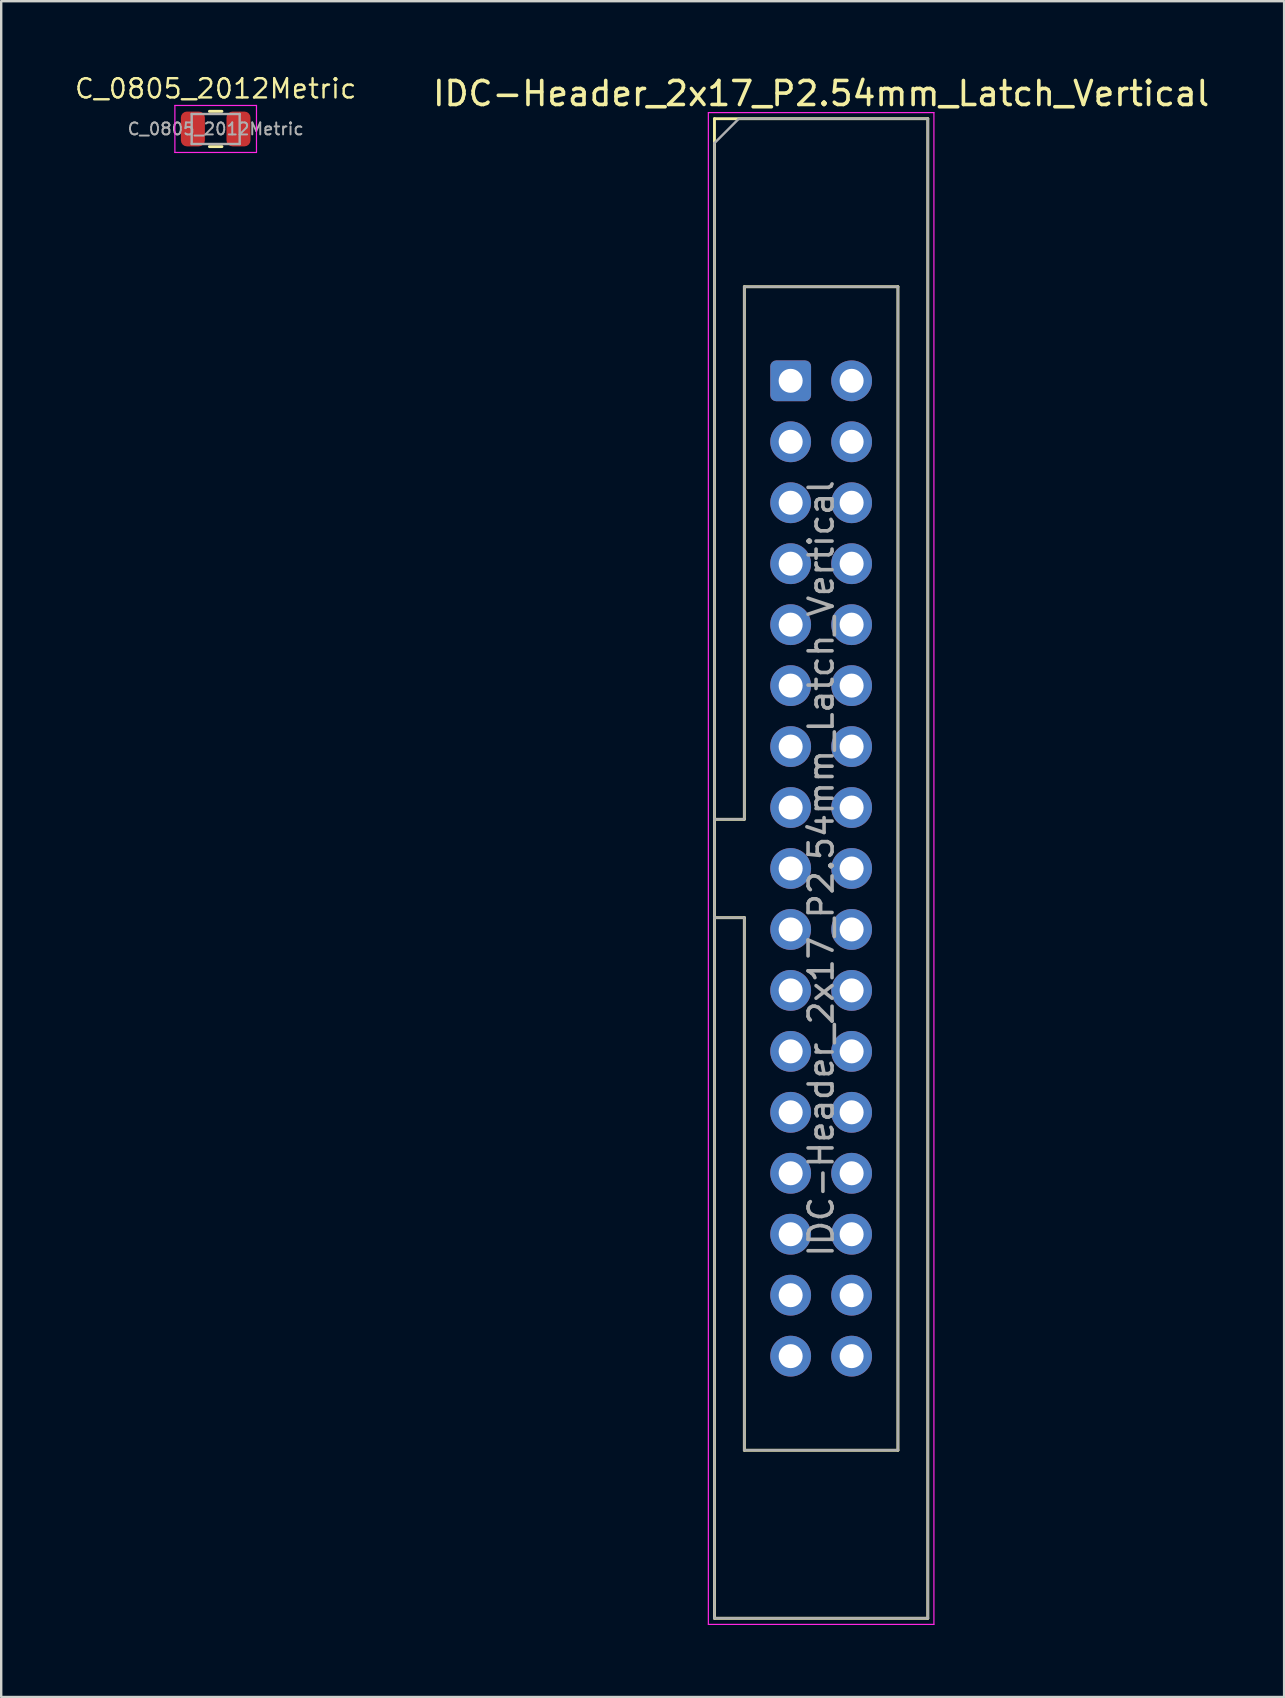
<source format=kicad_pcb>
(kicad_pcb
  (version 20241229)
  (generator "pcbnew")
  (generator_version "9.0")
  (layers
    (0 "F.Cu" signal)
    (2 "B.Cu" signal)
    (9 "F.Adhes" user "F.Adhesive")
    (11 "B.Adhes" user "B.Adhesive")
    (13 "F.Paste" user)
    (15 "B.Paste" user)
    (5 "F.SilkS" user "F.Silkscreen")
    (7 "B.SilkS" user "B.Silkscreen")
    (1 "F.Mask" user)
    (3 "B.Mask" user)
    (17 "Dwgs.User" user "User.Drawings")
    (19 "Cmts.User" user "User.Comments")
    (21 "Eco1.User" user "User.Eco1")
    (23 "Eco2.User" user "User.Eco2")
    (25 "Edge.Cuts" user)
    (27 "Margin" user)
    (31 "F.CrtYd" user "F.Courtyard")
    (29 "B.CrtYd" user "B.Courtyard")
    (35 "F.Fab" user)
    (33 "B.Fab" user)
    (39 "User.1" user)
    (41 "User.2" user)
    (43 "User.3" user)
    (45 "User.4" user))
  (footprint "IDC-Header_2x17_P2.54mm_Latch_Vertical"
    (layer "F.Cu")
    (at 29.895 12.818)
    (property "Reference" "IDC-Header_2x17_P2.54mm_Latch_Vertical" (at 1.27 -11.97 0) (layer "F.SilkS") (effects (font (size 1 1) (thickness 0.15))))
    (attr through_hole)
    (fp_line (start -3.175 -10.922) (end 5.715 -10.922) (stroke (width 0.12) (type solid)) (layer "F.SilkS"))
    (fp_line (start -3.175 18.27) (end -1.93 18.27) (stroke (width 0.12) (type solid)) (layer "F.SilkS"))
    (fp_line (start -3.175 51.562) (end -3.175 -10.922) (stroke (width 0.12) (type solid)) (layer "F.SilkS"))
    (fp_line (start -1.93 -3.92) (end 4.47 -3.92) (stroke (width 0.12) (type solid)) (layer "F.SilkS"))
    (fp_line (start -1.93 18.27) (end -1.93 -3.92) (stroke (width 0.12) (type solid)) (layer "F.SilkS"))
    (fp_line (start -1.93 22.37) (end -3.175 22.37) (stroke (width 0.12) (type solid)) (layer "F.SilkS"))
    (fp_line (start -1.93 22.37) (end -1.93 22.37) (stroke (width 0.12) (type solid)) (layer "F.SilkS"))
    (fp_line (start -1.93 44.56) (end -1.93 22.37) (stroke (width 0.12) (type solid)) (layer "F.SilkS"))
    (fp_line (start 4.47 -3.92) (end 4.47 44.56) (stroke (width 0.12) (type solid)) (layer "F.SilkS"))
    (fp_line (start 4.47 44.56) (end -1.93 44.56) (stroke (width 0.12) (type solid)) (layer "F.SilkS"))
    (fp_line (start 5.715 -10.922) (end 5.715 51.562) (stroke (width 0.12) (type solid)) (layer "F.SilkS"))
    (fp_line (start 5.715 51.562) (end -3.175 51.562) (stroke (width 0.12) (type solid)) (layer "F.SilkS"))
    (fp_line (start -3.429 -11.176) (end -3.429 51.816) (stroke (width 0.05) (type solid)) (layer "F.CrtYd"))
    (fp_line (start -3.429 51.816) (end 5.969 51.816) (stroke (width 0.05) (type solid)) (layer "F.CrtYd"))
    (fp_line (start 5.969 -11.176) (end -3.429 -11.176) (stroke (width 0.05) (type solid)) (layer "F.CrtYd"))
    (fp_line (start 5.969 51.816) (end 5.969 -11.176) (stroke (width 0.05) (type solid)) (layer "F.CrtYd"))
    (fp_line (start -3.175 -9.906) (end -2.159 -10.922) (stroke (width 0.1) (type default)) (layer "F.Fab"))
    (fp_line (start -3.175 18.27) (end -1.93 18.27) (stroke (width 0.1) (type solid)) (layer "F.Fab"))
    (fp_line (start -3.175 51.562) (end -3.175 -9.906) (stroke (width 0.1) (type solid)) (layer "F.Fab"))
    (fp_line (start -2.159 -10.922) (end 5.715 -10.922) (stroke (width 0.1) (type solid)) (layer "F.Fab"))
    (fp_line (start -1.93 -3.92) (end 4.47 -3.92) (stroke (width 0.1) (type solid)) (layer "F.Fab"))
    (fp_line (start -1.93 18.27) (end -1.93 -3.92) (stroke (width 0.1) (type solid)) (layer "F.Fab"))
    (fp_line (start -1.93 22.37) (end -3.175 22.37) (stroke (width 0.1) (type solid)) (layer "F.Fab"))
    (fp_line (start -1.93 22.37) (end -1.93 22.37) (stroke (width 0.1) (type solid)) (layer "F.Fab"))
    (fp_line (start -1.93 44.56) (end -1.93 22.37) (stroke (width 0.1) (type solid)) (layer "F.Fab"))
    (fp_line (start 4.47 -3.92) (end 4.47 44.56) (stroke (width 0.1) (type solid)) (layer "F.Fab"))
    (fp_line (start 4.47 44.56) (end -1.93 44.56) (stroke (width 0.1) (type solid)) (layer "F.Fab"))
    (fp_line (start 5.715 -10.922) (end 5.715 51.562) (stroke (width 0.1) (type solid)) (layer "F.Fab"))
    (fp_line (start 5.715 51.562) (end -3.175 51.562) (stroke (width 0.1) (type solid)) (layer "F.Fab"))
    (fp_text user "${REFERENCE}" (at 1.27 20.32 90) (layer "F.Fab") (effects (font (size 1 1) (thickness 0.15))))
    (pad "1" thru_hole roundrect (at 0 0) (size 1.7 1.7) (drill 1) (layers "*.Cu" "*.Mask") (roundrect_rratio 0.147))
    (pad "2" thru_hole circle (at 2.54 0) (size 1.7 1.7) (drill 1) (layers "*.Cu" "*.Mask"))
    (pad "3" thru_hole circle (at 0 2.54) (size 1.7 1.7) (drill 1) (layers "*.Cu" "*.Mask"))
    (pad "4" thru_hole circle (at 2.54 2.54) (size 1.7 1.7) (drill 1) (layers "*.Cu" "*.Mask"))
    (pad "5" thru_hole circle (at 0 5.08) (size 1.7 1.7) (drill 1) (layers "*.Cu" "*.Mask"))
    (pad "6" thru_hole circle (at 2.54 5.08) (size 1.7 1.7) (drill 1) (layers "*.Cu" "*.Mask"))
    (pad "7" thru_hole circle (at 0 7.62) (size 1.7 1.7) (drill 1) (layers "*.Cu" "*.Mask"))
    (pad "8" thru_hole circle (at 2.54 7.62) (size 1.7 1.7) (drill 1) (layers "*.Cu" "*.Mask"))
    (pad "9" thru_hole circle (at 0 10.16) (size 1.7 1.7) (drill 1) (layers "*.Cu" "*.Mask"))
    (pad "10" thru_hole circle (at 2.54 10.16) (size 1.7 1.7) (drill 1) (layers "*.Cu" "*.Mask"))
    (pad "11" thru_hole circle (at 0 12.7) (size 1.7 1.7) (drill 1) (layers "*.Cu" "*.Mask"))
    (pad "12" thru_hole circle (at 2.54 12.7) (size 1.7 1.7) (drill 1) (layers "*.Cu" "*.Mask"))
    (pad "13" thru_hole circle (at 0 15.24) (size 1.7 1.7) (drill 1) (layers "*.Cu" "*.Mask"))
    (pad "14" thru_hole circle (at 2.54 15.24) (size 1.7 1.7) (drill 1) (layers "*.Cu" "*.Mask"))
    (pad "15" thru_hole circle (at 0 17.78) (size 1.7 1.7) (drill 1) (layers "*.Cu" "*.Mask"))
    (pad "16" thru_hole circle (at 2.54 17.78) (size 1.7 1.7) (drill 1) (layers "*.Cu" "*.Mask"))
    (pad "17" thru_hole circle (at 0 20.32) (size 1.7 1.7) (drill 1) (layers "*.Cu" "*.Mask"))
    (pad "18" thru_hole circle (at 2.54 20.32) (size 1.7 1.7) (drill 1) (layers "*.Cu" "*.Mask"))
    (pad "19" thru_hole circle (at 0 22.86) (size 1.7 1.7) (drill 1) (layers "*.Cu" "*.Mask"))
    (pad "20" thru_hole circle (at 2.54 22.86) (size 1.7 1.7) (drill 1) (layers "*.Cu" "*.Mask"))
    (pad "21" thru_hole circle (at 0 25.4) (size 1.7 1.7) (drill 1) (layers "*.Cu" "*.Mask"))
    (pad "22" thru_hole circle (at 2.54 25.4) (size 1.7 1.7) (drill 1) (layers "*.Cu" "*.Mask"))
    (pad "23" thru_hole circle (at 0 27.94) (size 1.7 1.7) (drill 1) (layers "*.Cu" "*.Mask"))
    (pad "24" thru_hole circle (at 2.54 27.94) (size 1.7 1.7) (drill 1) (layers "*.Cu" "*.Mask"))
    (pad "25" thru_hole circle (at 0 30.48) (size 1.7 1.7) (drill 1) (layers "*.Cu" "*.Mask"))
    (pad "26" thru_hole circle (at 2.54 30.48) (size 1.7 1.7) (drill 1) (layers "*.Cu" "*.Mask"))
    (pad "27" thru_hole circle (at 0 33.02) (size 1.7 1.7) (drill 1) (layers "*.Cu" "*.Mask"))
    (pad "28" thru_hole circle (at 2.54 33.02) (size 1.7 1.7) (drill 1) (layers "*.Cu" "*.Mask"))
    (pad "29" thru_hole circle (at 0 35.56) (size 1.7 1.7) (drill 1) (layers "*.Cu" "*.Mask"))
    (pad "30" thru_hole circle (at 2.54 35.56) (size 1.7 1.7) (drill 1) (layers "*.Cu" "*.Mask"))
    (pad "31" thru_hole circle (at 0 38.1) (size 1.7 1.7) (drill 1) (layers "*.Cu" "*.Mask"))
    (pad "32" thru_hole circle (at 2.54 38.1) (size 1.7 1.7) (drill 1) (layers "*.Cu" "*.Mask"))
    (pad "33" thru_hole circle (at 0 40.64) (size 1.7 1.7) (drill 1) (layers "*.Cu" "*.Mask"))
    (pad "34" thru_hole circle (at 2.54 40.64) (size 1.7 1.7) (drill 1) (layers "*.Cu" "*.Mask")))
  (footprint "C_0805_2012Metric"
    (layer "F.Cu")
    (at 5.937 2.324)
    (property "Reference" "C_0805_2012Metric" (at 0 -1.68 0) (unlocked yes) (layer "F.SilkS") (effects (font (size 0.8 0.8) (thickness 0.1))))
    (attr smd)
    (fp_line (start -0.261 -0.735) (end 0.261 -0.735) (stroke (width 0.12) (type solid)) (layer "F.SilkS"))
    (fp_line (start -0.261 0.735) (end 0.261 0.735) (stroke (width 0.12) (type solid)) (layer "F.SilkS"))
    (fp_line (start -1.7 -0.98) (end 1.7 -0.98) (stroke (width 0.05) (type solid)) (layer "F.CrtYd"))
    (fp_line (start -1.7 0.98) (end -1.7 -0.98) (stroke (width 0.05) (type solid)) (layer "F.CrtYd"))
    (fp_line (start 1.7 -0.98) (end 1.7 0.98) (stroke (width 0.05) (type solid)) (layer "F.CrtYd"))
    (fp_line (start 1.7 0.98) (end -1.7 0.98) (stroke (width 0.05) (type solid)) (layer "F.CrtYd"))
    (fp_line (start -1 -0.625) (end 1 -0.625) (stroke (width 0.1) (type solid)) (layer "F.Fab"))
    (fp_line (start -1 0.625) (end -1 -0.625) (stroke (width 0.1) (type solid)) (layer "F.Fab"))
    (fp_line (start 1 -0.625) (end 1 0.625) (stroke (width 0.1) (type solid)) (layer "F.Fab"))
    (fp_line (start 1 0.625) (end -1 0.625) (stroke (width 0.1) (type solid)) (layer "F.Fab"))
    (fp_text user "${REFERENCE}" (at 0 0 0) (layer "F.Fab") (effects (font (size 0.5 0.5) (thickness 0.08))))
    (pad "1" smd roundrect (at -0.95 0) (size 1 1.45) (layers "F.Cu" "F.Mask" "F.Paste") (roundrect_rratio 0.25))
    (pad "2" smd roundrect (at 0.95 0) (size 1 1.45) (layers "F.Cu" "F.Mask" "F.Paste") (roundrect_rratio 0.25)))
  (gr_rect
    (start -3 -3)
    (end 50.457 67.659)
    (stroke (width 0.1) (type default))
    (fill no)
    (layer "Edge.Cuts")))
</source>
